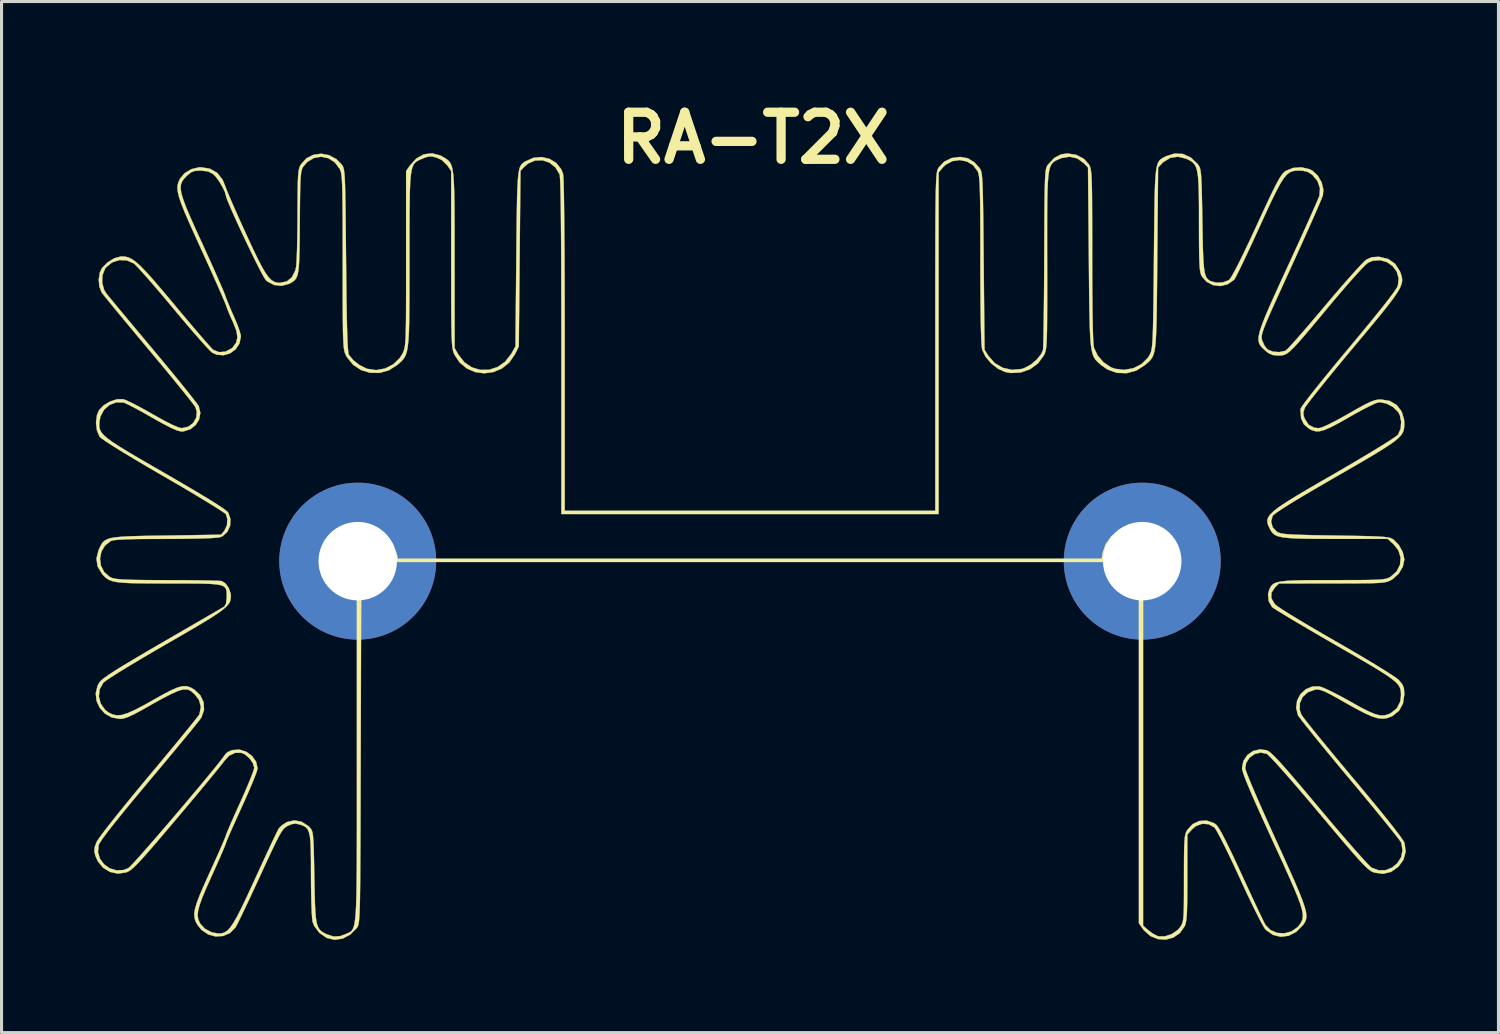
<source format=kicad_pcb>
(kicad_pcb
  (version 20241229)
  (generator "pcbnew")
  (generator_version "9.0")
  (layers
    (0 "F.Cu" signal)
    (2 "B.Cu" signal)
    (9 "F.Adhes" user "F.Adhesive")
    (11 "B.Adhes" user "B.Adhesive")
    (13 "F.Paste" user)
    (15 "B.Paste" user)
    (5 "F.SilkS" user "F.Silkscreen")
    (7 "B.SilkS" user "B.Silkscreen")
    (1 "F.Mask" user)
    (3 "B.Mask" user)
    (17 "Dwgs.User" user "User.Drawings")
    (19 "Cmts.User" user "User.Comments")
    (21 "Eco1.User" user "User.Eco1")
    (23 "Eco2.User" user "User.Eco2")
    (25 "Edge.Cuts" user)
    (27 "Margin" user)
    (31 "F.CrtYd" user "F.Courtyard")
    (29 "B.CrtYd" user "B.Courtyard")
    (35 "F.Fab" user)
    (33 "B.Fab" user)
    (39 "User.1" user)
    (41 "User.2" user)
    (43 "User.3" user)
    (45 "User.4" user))
  (footprint "RA-T2X"
    (layer "F.Cu")
    (at 21.232 15.118)
    (property "Reference" "RA-T2X" (at 0.1 -13.7 0) (layer "F.SilkS") (effects (font (size 1.524 1.524) (thickness 0.3))))
    (attr through_hole)
    (fp_poly (pts (xy -10.033 -13.137) (xy -9.93 -13.082) (xy -9.853 -13.035) (xy -9.788 -12.989) (xy -9.734 -12.936) (xy -9.689 -12.867) (xy -9.653 -12.772) (xy -9.625 -12.645) (xy -9.603 -12.475) (xy -9.588 -12.255) (xy -9.577 -11.975) (xy -9.57 -11.628) (xy -9.567 -11.203) (xy -9.565 -10.694) (xy -9.565 -10.09) (xy -9.565 -9.751) (xy -9.564 -6.898) (xy -9.442 -6.686) (xy -9.246 -6.437) (xy -9.002 -6.272) (xy -8.73 -6.192) (xy -8.448 -6.196) (xy -8.175 -6.283) (xy -7.93 -6.454) (xy -7.731 -6.707) (xy -7.728 -6.713) (xy -7.593 -6.952) (xy -7.566 -9.786) (xy -7.56 -10.426) (xy -7.554 -10.967) (xy -7.547 -11.419) (xy -7.54 -11.791) (xy -7.53 -12.09) (xy -7.517 -12.326) (xy -7.5 -12.508) (xy -7.479 -12.644) (xy -7.453 -12.742) (xy -7.42 -12.813) (xy -7.38 -12.863) (xy -7.333 -12.903) (xy -7.276 -12.941) (xy -7.273 -12.942) (xy -7.013 -13.057) (xy -6.745 -13.083) (xy -6.491 -13.025) (xy -6.273 -12.892) (xy -6.112 -12.69) (xy -6.053 -12.543) (xy -6.043 -12.455) (xy -6.035 -12.265) (xy -6.027 -11.974) (xy -6.021 -11.586) (xy -6.015 -11.105) (xy -6.01 -10.534) (xy -6.005 -9.877) (xy -6.002 -9.136) (xy -6 -8.316) (xy -5.999 -7.419) (xy -5.999 -6.992) (xy -5.999 -1.631) (xy 5.999 -1.631) (xy 5.999 -7.099) (xy 5.999 -7.983) (xy 5.999 -8.768) (xy 6 -9.458) (xy 6.001 -10.059) (xy 6.002 -10.579) (xy 6.004 -11.024) (xy 6.007 -11.399) (xy 6.011 -11.712) (xy 6.016 -11.968) (xy 6.022 -12.174) (xy 6.029 -12.336) (xy 6.037 -12.46) (xy 6.047 -12.552) (xy 6.058 -12.62) (xy 6.072 -12.669) (xy 6.087 -12.706) (xy 6.104 -12.736) (xy 6.105 -12.738) (xy 6.284 -12.931) (xy 6.53 -13.051) (xy 6.804 -13.087) (xy 7.049 -13.044) (xy 7.261 -12.916) (xy 7.428 -12.733) (xy 7.452 -12.698) (xy 7.473 -12.656) (xy 7.49 -12.6) (xy 7.504 -12.519) (xy 7.516 -12.405) (xy 7.526 -12.249) (xy 7.534 -12.043) (xy 7.541 -11.777) (xy 7.547 -11.442) (xy 7.553 -11.031) (xy 7.558 -10.533) (xy 7.564 -9.94) (xy 7.566 -9.715) (xy 7.593 -6.845) (xy 7.717 -6.647) (xy 7.923 -6.413) (xy 8.186 -6.259) (xy 8.481 -6.193) (xy 8.788 -6.221) (xy 8.888 -6.253) (xy 9.093 -6.363) (xy 9.282 -6.523) (xy 9.426 -6.7) (xy 9.486 -6.832) (xy 9.492 -6.907) (xy 9.498 -7.079) (xy 9.504 -7.337) (xy 9.509 -7.671) (xy 9.514 -8.07) (xy 9.519 -8.525) (xy 9.523 -9.025) (xy 9.526 -9.56) (xy 9.527 -9.822) (xy 9.53 -10.449) (xy 9.532 -10.978) (xy 9.535 -11.418) (xy 9.539 -11.777) (xy 9.544 -12.066) (xy 9.55 -12.291) (xy 9.559 -12.463) (xy 9.569 -12.59) (xy 9.582 -12.681) (xy 9.598 -12.744) (xy 9.617 -12.79) (xy 9.64 -12.826) (xy 9.65 -12.84) (xy 9.853 -13.054) (xy 10.073 -13.17) (xy 10.28 -13.199) (xy 10.566 -13.153) (xy 10.809 -13.026) (xy 10.973 -12.844) (xy 10.996 -12.803) (xy 11.016 -12.753) (xy 11.032 -12.687) (xy 11.045 -12.596) (xy 11.056 -12.47) (xy 11.064 -12.299) (xy 11.07 -12.076) (xy 11.074 -11.791) (xy 11.076 -11.435) (xy 11.078 -10.998) (xy 11.079 -10.473) (xy 11.079 -9.893) (xy 11.08 -9.189) (xy 11.084 -8.573) (xy 11.089 -8.049) (xy 11.097 -7.618) (xy 11.107 -7.285) (xy 11.119 -7.051) (xy 11.133 -6.922) (xy 11.137 -6.908) (xy 11.255 -6.658) (xy 11.446 -6.438) (xy 11.68 -6.279) (xy 11.806 -6.23) (xy 12.115 -6.193) (xy 12.413 -6.246) (xy 12.677 -6.38) (xy 12.882 -6.584) (xy 12.948 -6.693) (xy 12.971 -6.743) (xy 12.99 -6.802) (xy 13.006 -6.88) (xy 13.02 -6.984) (xy 13.031 -7.125) (xy 13.04 -7.31) (xy 13.048 -7.55) (xy 13.055 -7.853) (xy 13.061 -8.227) (xy 13.067 -8.683) (xy 13.073 -9.228) (xy 13.078 -9.815) (xy 13.084 -10.469) (xy 13.09 -11.024) (xy 13.096 -11.489) (xy 13.104 -11.873) (xy 13.114 -12.185) (xy 13.128 -12.432) (xy 13.146 -12.623) (xy 13.17 -12.767) (xy 13.201 -12.873) (xy 13.24 -12.948) (xy 13.287 -13.002) (xy 13.344 -13.042) (xy 13.411 -13.079) (xy 13.471 -13.109) (xy 13.748 -13.198) (xy 14.019 -13.183) (xy 14.272 -13.068) (xy 14.495 -12.856) (xy 14.507 -12.84) (xy 14.538 -12.794) (xy 14.564 -12.738) (xy 14.583 -12.662) (xy 14.599 -12.552) (xy 14.611 -12.397) (xy 14.621 -12.185) (xy 14.629 -11.904) (xy 14.637 -11.541) (xy 14.645 -11.084) (xy 14.646 -11.025) (xy 14.654 -10.532) (xy 14.663 -10.135) (xy 14.675 -9.822) (xy 14.69 -9.582) (xy 14.711 -9.405) (xy 14.738 -9.277) (xy 14.774 -9.189) (xy 14.82 -9.129) (xy 14.877 -9.086) (xy 14.913 -9.065) (xy 15.099 -9.015) (xy 15.309 -9.026) (xy 15.49 -9.092) (xy 15.518 -9.112) (xy 15.578 -9.192) (xy 15.676 -9.364) (xy 15.811 -9.622) (xy 15.977 -9.959) (xy 16.173 -10.369) (xy 16.395 -10.846) (xy 16.402 -10.862) (xy 16.611 -11.315) (xy 16.782 -11.681) (xy 16.92 -11.969) (xy 17.031 -12.19) (xy 17.12 -12.354) (xy 17.192 -12.472) (xy 17.254 -12.553) (xy 17.31 -12.607) (xy 17.342 -12.631) (xy 17.582 -12.731) (xy 17.853 -12.751) (xy 18.114 -12.69) (xy 18.203 -12.645) (xy 18.38 -12.485) (xy 18.505 -12.269) (xy 18.563 -12.033) (xy 18.549 -11.852) (xy 18.517 -11.763) (xy 18.444 -11.588) (xy 18.336 -11.338) (xy 18.198 -11.023) (xy 18.034 -10.655) (xy 17.849 -10.245) (xy 17.649 -9.803) (xy 17.511 -9.5) (xy 17.275 -8.985) (xy 17.081 -8.558) (xy 16.924 -8.211) (xy 16.801 -7.932) (xy 16.708 -7.715) (xy 16.641 -7.548) (xy 16.598 -7.422) (xy 16.573 -7.33) (xy 16.565 -7.26) (xy 16.568 -7.205) (xy 16.58 -7.154) (xy 16.586 -7.136) (xy 16.656 -6.98) (xy 16.749 -6.861) (xy 16.767 -6.847) (xy 16.934 -6.782) (xy 17.139 -6.768) (xy 17.324 -6.807) (xy 17.348 -6.818) (xy 17.405 -6.871) (xy 17.523 -6.996) (xy 17.691 -7.184) (xy 17.902 -7.425) (xy 18.146 -7.708) (xy 18.415 -8.024) (xy 18.618 -8.265) (xy 18.903 -8.601) (xy 19.173 -8.915) (xy 19.418 -9.194) (xy 19.63 -9.431) (xy 19.799 -9.612) (xy 19.915 -9.728) (xy 19.959 -9.765) (xy 20.136 -9.841) (xy 20.347 -9.853) (xy 20.381 -9.851) (xy 20.667 -9.781) (xy 20.887 -9.626) (xy 21.04 -9.387) (xy 21.053 -9.355) (xy 21.089 -9.256) (xy 21.111 -9.163) (xy 21.114 -9.069) (xy 21.092 -8.965) (xy 21.042 -8.843) (xy 20.956 -8.695) (xy 20.832 -8.513) (xy 20.662 -8.288) (xy 20.443 -8.013) (xy 20.168 -7.678) (xy 19.833 -7.276) (xy 19.528 -6.911) (xy 19.21 -6.531) (xy 18.912 -6.17) (xy 18.642 -5.838) (xy 18.406 -5.545) (xy 18.212 -5.301) (xy 18.069 -5.114) (xy 17.982 -4.994) (xy 17.962 -4.96) (xy 17.917 -4.822) (xy 17.927 -4.702) (xy 17.964 -4.603) (xy 18.086 -4.417) (xy 18.262 -4.322) (xy 18.412 -4.305) (xy 18.522 -4.333) (xy 18.711 -4.415) (xy 18.968 -4.545) (xy 19.282 -4.718) (xy 19.372 -4.769) (xy 19.676 -4.943) (xy 19.905 -5.067) (xy 20.077 -5.151) (xy 20.209 -5.202) (xy 20.319 -5.227) (xy 20.424 -5.234) (xy 20.432 -5.234) (xy 20.712 -5.187) (xy 20.938 -5.054) (xy 21.097 -4.848) (xy 21.177 -4.58) (xy 21.184 -4.46) (xy 21.182 -4.353) (xy 21.169 -4.258) (xy 21.138 -4.168) (xy 21.08 -4.078) (xy 20.988 -3.981) (xy 20.855 -3.871) (xy 20.671 -3.742) (xy 20.43 -3.588) (xy 20.124 -3.402) (xy 19.744 -3.179) (xy 19.283 -2.912) (xy 18.969 -2.732) (xy 18.394 -2.399) (xy 17.914 -2.117) (xy 17.529 -1.884) (xy 17.238 -1.701) (xy 17.04 -1.567) (xy 16.936 -1.483) (xy 16.921 -1.464) (xy 16.872 -1.28) (xy 16.92 -1.1) (xy 17.057 -0.953) (xy 17.062 -0.95) (xy 17.113 -0.923) (xy 17.182 -0.902) (xy 17.281 -0.884) (xy 17.423 -0.87) (xy 17.619 -0.859) (xy 17.881 -0.85) (xy 18.22 -0.841) (xy 18.649 -0.834) (xy 18.949 -0.829) (xy 19.43 -0.821) (xy 19.816 -0.814) (xy 20.117 -0.806) (xy 20.346 -0.797) (xy 20.515 -0.786) (xy 20.636 -0.771) (xy 20.72 -0.753) (xy 20.781 -0.73) (xy 20.829 -0.701) (xy 20.843 -0.691) (xy 21.011 -0.518) (xy 21.133 -0.295) (xy 21.184 -0.068) (xy 21.185 -0.053) (xy 21.135 0.183) (xy 21.002 0.406) (xy 20.806 0.581) (xy 20.774 0.601) (xy 20.712 0.634) (xy 20.649 0.66) (xy 20.571 0.681) (xy 20.467 0.696) (xy 20.323 0.706) (xy 20.128 0.714) (xy 19.868 0.718) (xy 19.532 0.72) (xy 19.107 0.721) (xy 18.845 0.721) (xy 17.127 0.722) (xy 16.994 0.853) (xy 16.883 1.022) (xy 16.879 1.199) (xy 16.983 1.38) (xy 17.01 1.41) (xy 17.089 1.47) (xy 17.251 1.577) (xy 17.484 1.724) (xy 17.778 1.903) (xy 18.121 2.107) (xy 18.503 2.331) (xy 18.911 2.567) (xy 18.996 2.616) (xy 19.44 2.872) (xy 19.848 3.112) (xy 20.211 3.33) (xy 20.519 3.519) (xy 20.762 3.674) (xy 20.93 3.788) (xy 21.009 3.852) (xy 21.118 3.983) (xy 21.17 4.109) (xy 21.185 4.281) (xy 21.185 4.311) (xy 21.141 4.608) (xy 21.013 4.843) (xy 20.804 5.011) (xy 20.771 5.027) (xy 20.628 5.081) (xy 20.483 5.101) (xy 20.323 5.084) (xy 20.13 5.024) (xy 19.89 4.916) (xy 19.587 4.757) (xy 19.307 4.6) (xy 19.005 4.428) (xy 18.779 4.305) (xy 18.614 4.224) (xy 18.493 4.177) (xy 18.4 4.157) (xy 18.319 4.157) (xy 18.287 4.162) (xy 18.06 4.245) (xy 17.894 4.397) (xy 17.803 4.595) (xy 17.799 4.817) (xy 17.85 4.966) (xy 17.901 5.04) (xy 18.014 5.188) (xy 18.182 5.4) (xy 18.398 5.666) (xy 18.654 5.978) (xy 18.942 6.327) (xy 19.256 6.704) (xy 19.531 7.032) (xy 19.954 7.537) (xy 20.318 7.978) (xy 20.623 8.353) (xy 20.865 8.66) (xy 21.042 8.894) (xy 21.152 9.053) (xy 21.191 9.125) (xy 21.228 9.404) (xy 21.159 9.664) (xy 20.994 9.891) (xy 20.758 10.059) (xy 20.497 10.123) (xy 20.214 10.083) (xy 20.189 10.074) (xy 20.129 10.048) (xy 20.061 10.003) (xy 19.977 9.933) (xy 19.87 9.829) (xy 19.735 9.686) (xy 19.565 9.496) (xy 19.352 9.25) (xy 19.09 8.943) (xy 18.773 8.567) (xy 18.427 8.155) (xy 18.091 7.755) (xy 17.775 7.385) (xy 17.488 7.053) (xy 17.236 6.766) (xy 17.026 6.533) (xy 16.865 6.362) (xy 16.762 6.261) (xy 16.731 6.237) (xy 16.535 6.197) (xy 16.342 6.243) (xy 16.177 6.36) (xy 16.065 6.53) (xy 16.033 6.699) (xy 16.054 6.779) (xy 16.117 6.945) (xy 16.215 7.187) (xy 16.345 7.494) (xy 16.502 7.855) (xy 16.681 8.26) (xy 16.878 8.698) (xy 17.021 9.014) (xy 17.274 9.567) (xy 17.484 10.033) (xy 17.654 10.418) (xy 17.788 10.734) (xy 17.888 10.989) (xy 17.958 11.191) (xy 17.999 11.35) (xy 18.015 11.474) (xy 18.008 11.574) (xy 17.982 11.656) (xy 17.94 11.732) (xy 17.906 11.78) (xy 17.688 12) (xy 17.442 12.128) (xy 17.185 12.162) (xy 16.933 12.1) (xy 16.702 11.939) (xy 16.696 11.934) (xy 16.639 11.851) (xy 16.545 11.683) (xy 16.421 11.442) (xy 16.272 11.142) (xy 16.105 10.794) (xy 15.927 10.411) (xy 15.863 10.271) (xy 15.686 9.887) (xy 15.517 9.532) (xy 15.363 9.217) (xy 15.231 8.956) (xy 15.126 8.761) (xy 15.056 8.646) (xy 15.039 8.625) (xy 14.852 8.517) (xy 14.642 8.502) (xy 14.438 8.576) (xy 14.316 8.678) (xy 14.159 8.852) (xy 14.159 10.246) (xy 14.158 10.684) (xy 14.155 11.028) (xy 14.149 11.291) (xy 14.139 11.488) (xy 14.124 11.631) (xy 14.104 11.734) (xy 14.078 11.81) (xy 14.071 11.824) (xy 13.913 12.046) (xy 13.701 12.189) (xy 13.458 12.253) (xy 13.205 12.236) (xy 12.964 12.137) (xy 12.757 11.955) (xy 12.714 11.898) (xy 12.592 11.722) (xy 12.592 1.155) (xy 12.795 1.119) (xy 13.124 1.011) (xy 13.4 0.818) (xy 13.61 0.555) (xy 13.738 0.238) (xy 13.76 0.123) (xy 13.756 -0.202) (xy 13.66 -0.497) (xy 13.488 -0.75) (xy 13.255 -0.948) (xy 12.976 -1.079) (xy 12.666 -1.131) (xy 12.341 -1.092) (xy 12.282 -1.074) (xy 12.021 -0.944) (xy 11.794 -0.75) (xy 11.622 -0.515) (xy 11.525 -0.265) (xy 11.511 -0.136) (xy 11.511 0.027) (xy -11.499 0.027) (xy -11.536 -0.174) (xy -11.647 -0.496) (xy -11.844 -0.771) (xy -12.109 -0.98) (xy -12.424 -1.107) (xy -12.513 -1.125) (xy -12.827 -1.124) (xy -13.13 -1.029) (xy -13.399 -0.855) (xy -13.614 -0.616) (xy -13.755 -0.324) (xy -13.759 -0.311) (xy -13.813 0.018) (xy -13.768 0.315) (xy -13.62 0.593) (xy -13.457 0.78) (xy -13.281 0.937) (xy -13.117 1.033) (xy -12.919 1.094) (xy -12.896 1.099) (xy -12.589 1.167) (xy -12.604 6.448) (xy -12.607 7.317) (xy -12.609 8.084) (xy -12.611 8.758) (xy -12.614 9.343) (xy -12.617 9.848) (xy -12.62 10.277) (xy -12.624 10.638) (xy -12.628 10.936) (xy -12.634 11.178) (xy -12.641 11.372) (xy -12.648 11.522) (xy -12.658 11.635) (xy -12.668 11.718) (xy -12.681 11.777) (xy -12.695 11.819) (xy -12.711 11.85) (xy -12.729 11.875) (xy -12.73 11.877) (xy -12.944 12.091) (xy -13.19 12.221) (xy -13.448 12.259) (xy -13.699 12.2) (xy -13.7 12.2) (xy -13.936 12.039) (xy -14.106 11.814) (xy -14.16 11.68) (xy -14.175 11.576) (xy -14.188 11.383) (xy -14.199 11.117) (xy -14.207 10.796) (xy -14.212 10.436) (xy -14.213 10.172) (xy -14.214 9.727) (xy -14.219 9.377) (xy -14.229 9.109) (xy -14.249 8.91) (xy -14.281 8.769) (xy -14.326 8.672) (xy -14.389 8.607) (xy -14.472 8.563) (xy -14.569 8.528) (xy -14.715 8.496) (xy -14.846 8.517) (xy -14.957 8.565) (xy -15.015 8.596) (xy -15.069 8.637) (xy -15.123 8.697) (xy -15.185 8.789) (xy -15.26 8.921) (xy -15.354 9.106) (xy -15.473 9.353) (xy -15.623 9.674) (xy -15.81 10.079) (xy -15.861 10.191) (xy -16.039 10.574) (xy -16.205 10.931) (xy -16.355 11.249) (xy -16.483 11.515) (xy -16.581 11.715) (xy -16.644 11.836) (xy -16.659 11.861) (xy -16.837 12.04) (xy -17.058 12.136) (xy -17.3 12.151) (xy -17.539 12.086) (xy -17.754 11.942) (xy -17.89 11.775) (xy -17.951 11.66) (xy -17.986 11.543) (xy -17.992 11.411) (xy -17.966 11.249) (xy -17.904 11.045) (xy -17.804 10.785) (xy -17.662 10.456) (xy -17.482 10.058) (xy -17.336 9.736) (xy -17.205 9.445) (xy -17.098 9.201) (xy -17.019 9.017) (xy -16.976 8.908) (xy -16.969 8.886) (xy -16.948 8.822) (xy -16.888 8.678) (xy -16.797 8.466) (xy -16.681 8.203) (xy -16.546 7.905) (xy -16.51 7.825) (xy -16.371 7.514) (xy -16.249 7.229) (xy -16.15 6.987) (xy -16.082 6.805) (xy -16.052 6.7) (xy -16.051 6.688) (xy -16.095 6.538) (xy -16.206 6.381) (xy -16.352 6.256) (xy -16.464 6.206) (xy -16.669 6.206) (xy -16.864 6.298) (xy -17.017 6.463) (xy -17.074 6.54) (xy -17.193 6.689) (xy -17.365 6.9) (xy -17.582 7.164) (xy -17.837 7.472) (xy -18.122 7.812) (xy -18.428 8.176) (xy -18.546 8.315) (xy -18.904 8.738) (xy -19.2 9.086) (xy -19.443 9.367) (xy -19.638 9.588) (xy -19.793 9.756) (xy -19.916 9.88) (xy -20.012 9.968) (xy -20.09 10.026) (xy -20.157 10.062) (xy -20.193 10.076) (xy -20.462 10.117) (xy -20.72 10.062) (xy -20.946 9.923) (xy -21.119 9.711) (xy -21.194 9.536) (xy -21.22 9.42) (xy -21.11 9.42) (xy -21.046 9.636) (xy -20.912 9.817) (xy -20.727 9.948) (xy -20.509 10.013) (xy -20.278 9.999) (xy -20.123 9.936) (xy -20.061 9.879) (xy -19.939 9.751) (xy -19.766 9.56) (xy -19.552 9.318) (xy -19.306 9.036) (xy -19.035 8.723) (xy -18.75 8.391) (xy -18.458 8.049) (xy -18.17 7.708) (xy -17.894 7.38) (xy -17.638 7.073) (xy -17.413 6.8) (xy -17.226 6.569) (xy -17.087 6.392) (xy -17.004 6.28) (xy -16.986 6.249) (xy -16.92 6.188) (xy -16.792 6.129) (xy -16.759 6.118) (xy -16.53 6.101) (xy -16.31 6.17) (xy -16.122 6.307) (xy -15.991 6.494) (xy -15.943 6.711) (xy -15.965 6.797) (xy -16.026 6.964) (xy -16.12 7.196) (xy -16.24 7.479) (xy -16.38 7.795) (xy -16.456 7.963) (xy -16.603 8.285) (xy -16.733 8.575) (xy -16.841 8.818) (xy -16.92 9.002) (xy -16.963 9.11) (xy -16.969 9.132) (xy -16.991 9.194) (xy -17.05 9.338) (xy -17.141 9.549) (xy -17.257 9.812) (xy -17.391 10.11) (xy -17.429 10.193) (xy -17.603 10.582) (xy -17.732 10.89) (xy -17.819 11.13) (xy -17.868 11.317) (xy -17.883 11.465) (xy -17.865 11.588) (xy -17.819 11.7) (xy -17.796 11.742) (xy -17.645 11.902) (xy -17.434 12.016) (xy -17.209 12.058) (xy -17.107 12.051) (xy -17.014 12.023) (xy -16.924 11.965) (xy -16.832 11.867) (xy -16.73 11.721) (xy -16.612 11.517) (xy -16.473 11.246) (xy -16.306 10.898) (xy -16.105 10.465) (xy -16.022 10.283) (xy -15.847 9.903) (xy -15.684 9.551) (xy -15.539 9.239) (xy -15.417 8.98) (xy -15.324 8.788) (xy -15.267 8.675) (xy -15.255 8.654) (xy -15.156 8.554) (xy -15.011 8.46) (xy -14.986 8.447) (xy -14.753 8.393) (xy -14.517 8.438) (xy -14.301 8.576) (xy -14.264 8.613) (xy -14.225 8.655) (xy -14.195 8.701) (xy -14.171 8.763) (xy -14.153 8.853) (xy -14.14 8.984) (xy -14.13 9.17) (xy -14.121 9.423) (xy -14.114 9.756) (xy -14.106 10.181) (xy -14.105 10.231) (xy -14.096 10.698) (xy -14.086 11.07) (xy -14.072 11.36) (xy -14.051 11.579) (xy -14.022 11.741) (xy -13.981 11.856) (xy -13.926 11.939) (xy -13.854 12) (xy -13.762 12.053) (xy -13.711 12.078) (xy -13.483 12.154) (xy -13.266 12.141) (xy -13.098 12.078) (xy -13.038 12.052) (xy -12.984 12.029) (xy -12.938 12.003) (xy -12.897 11.968) (xy -12.862 11.917) (xy -12.832 11.844) (xy -12.806 11.744) (xy -12.786 11.609) (xy -12.769 11.434) (xy -12.755 11.211) (xy -12.745 10.936) (xy -12.738 10.601) (xy -12.733 10.201) (xy -12.729 9.729) (xy -12.728 9.179) (xy -12.727 8.544) (xy -12.727 7.819) (xy -12.727 6.997) (xy -12.727 6.45) (xy -12.727 1.242) (xy -12.986 1.177) (xy -13.305 1.044) (xy -13.571 0.831) (xy -13.769 0.554) (xy -13.885 0.233) (xy -13.91 -0.024) (xy -13.858 -0.364) (xy -13.723 -0.657) (xy -13.521 -0.897) (xy -13.267 -1.076) (xy -12.978 -1.19) (xy -12.67 -1.232) (xy -12.359 -1.195) (xy -12.06 -1.074) (xy -11.789 -0.863) (xy -11.774 -0.847) (xy -11.565 -0.556) (xy -11.437 -0.227) (xy -11.401 -0.08) (xy 11.389 -0.08) (xy 11.422 -0.285) (xy 11.516 -0.551) (xy 11.695 -0.8) (xy 11.937 -1.011) (xy 12.22 -1.165) (xy 12.464 -1.233) (xy 12.777 -1.232) (xy 13.093 -1.141) (xy 13.385 -0.976) (xy 13.628 -0.75) (xy 13.755 -0.56) (xy 13.861 -0.247) (xy 13.873 0.076) (xy 13.8 0.392) (xy 13.65 0.682) (xy 13.433 0.928) (xy 13.157 1.11) (xy 12.889 1.201) (xy 12.727 1.234) (xy 12.727 11.8) (xy 12.902 11.955) (xy 13.048 12.062) (xy 13.192 12.136) (xy 13.223 12.146) (xy 13.432 12.149) (xy 13.653 12.076) (xy 13.846 11.945) (xy 13.928 11.85) (xy 13.965 11.792) (xy 13.994 11.731) (xy 14.016 11.655) (xy 14.031 11.548) (xy 14.041 11.399) (xy 14.047 11.192) (xy 14.05 10.915) (xy 14.051 10.553) (xy 14.051 10.272) (xy 14.052 9.847) (xy 14.054 9.515) (xy 14.059 9.262) (xy 14.067 9.076) (xy 14.079 8.941) (xy 14.097 8.845) (xy 14.121 8.773) (xy 14.153 8.713) (xy 14.161 8.7) (xy 14.331 8.515) (xy 14.548 8.413) (xy 14.787 8.4) (xy 15.019 8.48) (xy 15.095 8.531) (xy 15.161 8.616) (xy 15.266 8.796) (xy 15.407 9.068) (xy 15.584 9.429) (xy 15.794 9.875) (xy 15.918 10.145) (xy 16.093 10.525) (xy 16.257 10.878) (xy 16.403 11.191) (xy 16.526 11.451) (xy 16.62 11.645) (xy 16.678 11.759) (xy 16.69 11.78) (xy 16.855 11.946) (xy 17.068 12.036) (xy 17.303 12.05) (xy 17.532 11.988) (xy 17.729 11.852) (xy 17.808 11.755) (xy 17.854 11.678) (xy 17.886 11.599) (xy 17.901 11.509) (xy 17.895 11.399) (xy 17.866 11.26) (xy 17.811 11.083) (xy 17.727 10.858) (xy 17.611 10.577) (xy 17.459 10.23) (xy 17.269 9.809) (xy 17.038 9.304) (xy 16.915 9.037) (xy 16.647 8.45) (xy 16.424 7.955) (xy 16.244 7.547) (xy 16.107 7.223) (xy 16.01 6.979) (xy 15.952 6.809) (xy 15.93 6.709) (xy 15.929 6.703) (xy 15.975 6.468) (xy 16.103 6.277) (xy 16.289 6.147) (xy 16.513 6.093) (xy 16.725 6.122) (xy 16.783 6.151) (xy 16.859 6.208) (xy 16.959 6.301) (xy 17.09 6.436) (xy 17.257 6.62) (xy 17.468 6.86) (xy 17.727 7.162) (xy 18.042 7.534) (xy 18.418 7.982) (xy 18.436 8.004) (xy 18.759 8.388) (xy 19.066 8.749) (xy 19.349 9.077) (xy 19.601 9.365) (xy 19.814 9.603) (xy 19.978 9.782) (xy 20.088 9.893) (xy 20.126 9.925) (xy 20.356 10.01) (xy 20.583 10.004) (xy 20.791 9.922) (xy 20.963 9.778) (xy 21.081 9.586) (xy 21.128 9.362) (xy 21.087 9.121) (xy 21.082 9.107) (xy 21.038 9.042) (xy 20.932 8.903) (xy 20.771 8.7) (xy 20.562 8.44) (xy 20.312 8.134) (xy 20.028 7.789) (xy 19.718 7.414) (xy 19.42 7.058) (xy 19.09 6.663) (xy 18.78 6.288) (xy 18.497 5.944) (xy 18.248 5.638) (xy 18.041 5.38) (xy 17.882 5.179) (xy 17.779 5.042) (xy 17.739 4.983) (xy 17.682 4.743) (xy 17.715 4.511) (xy 17.823 4.306) (xy 17.993 4.149) (xy 18.208 4.06) (xy 18.424 4.053) (xy 18.535 4.088) (xy 18.718 4.169) (xy 18.954 4.285) (xy 19.223 4.428) (xy 19.424 4.54) (xy 19.762 4.729) (xy 20.026 4.864) (xy 20.231 4.951) (xy 20.394 4.993) (xy 20.53 4.996) (xy 20.656 4.963) (xy 20.747 4.922) (xy 20.942 4.767) (xy 21.052 4.548) (xy 21.077 4.357) (xy 21.075 4.256) (xy 21.065 4.166) (xy 21.038 4.083) (xy 20.986 3.999) (xy 20.901 3.909) (xy 20.776 3.807) (xy 20.603 3.685) (xy 20.372 3.538) (xy 20.077 3.36) (xy 19.709 3.144) (xy 19.26 2.885) (xy 18.952 2.708) (xy 18.529 2.463) (xy 18.134 2.233) (xy 17.775 2.022) (xy 17.465 1.837) (xy 17.212 1.684) (xy 17.027 1.57) (xy 16.92 1.499) (xy 16.9 1.483) (xy 16.794 1.292) (xy 16.773 1.071) (xy 16.809 0.932) (xy 16.848 0.849) (xy 16.894 0.781) (xy 16.96 0.728) (xy 17.056 0.688) (xy 17.194 0.658) (xy 17.384 0.638) (xy 17.639 0.625) (xy 17.968 0.618) (xy 18.383 0.615) (xy 18.872 0.615) (xy 19.347 0.614) (xy 19.726 0.613) (xy 20.022 0.609) (xy 20.246 0.603) (xy 20.412 0.594) (xy 20.532 0.581) (xy 20.617 0.563) (xy 20.681 0.54) (xy 20.736 0.51) (xy 20.736 0.51) (xy 20.935 0.336) (xy 21.045 0.119) (xy 21.065 -0.118) (xy 20.993 -0.351) (xy 20.838 -0.548) (xy 20.646 -0.722) (xy 18.968 -0.722) (xy 18.453 -0.723) (xy 18.035 -0.726) (xy 17.702 -0.735) (xy 17.444 -0.749) (xy 17.249 -0.771) (xy 17.106 -0.802) (xy 17.003 -0.845) (xy 16.93 -0.9) (xy 16.875 -0.97) (xy 16.838 -1.036) (xy 16.786 -1.141) (xy 16.754 -1.235) (xy 16.749 -1.324) (xy 16.776 -1.414) (xy 16.843 -1.511) (xy 16.957 -1.621) (xy 17.124 -1.749) (xy 17.353 -1.902) (xy 17.648 -2.086) (xy 18.018 -2.306) (xy 18.469 -2.569) (xy 18.911 -2.823) (xy 19.345 -3.076) (xy 19.749 -3.314) (xy 20.113 -3.531) (xy 20.426 -3.723) (xy 20.679 -3.882) (xy 20.862 -4.002) (xy 20.965 -4.078) (xy 20.981 -4.094) (xy 21.065 -4.284) (xy 21.084 -4.512) (xy 21.04 -4.729) (xy 20.985 -4.831) (xy 20.819 -4.991) (xy 20.613 -5.102) (xy 20.405 -5.145) (xy 20.345 -5.141) (xy 20.244 -5.107) (xy 20.071 -5.026) (xy 19.843 -4.91) (xy 19.582 -4.768) (xy 19.388 -4.657) (xy 19.055 -4.468) (xy 18.796 -4.333) (xy 18.596 -4.247) (xy 18.439 -4.206) (xy 18.309 -4.206) (xy 18.19 -4.242) (xy 18.103 -4.287) (xy 17.934 -4.429) (xy 17.843 -4.621) (xy 17.823 -4.88) (xy 17.825 -4.929) (xy 17.861 -4.994) (xy 17.96 -5.133) (xy 18.115 -5.336) (xy 18.321 -5.597) (xy 18.569 -5.906) (xy 18.855 -6.256) (xy 19.171 -6.638) (xy 19.374 -6.88) (xy 19.799 -7.391) (xy 20.162 -7.832) (xy 20.46 -8.202) (xy 20.692 -8.499) (xy 20.857 -8.721) (xy 20.953 -8.866) (xy 20.976 -8.915) (xy 21.003 -9.156) (xy 20.941 -9.374) (xy 20.808 -9.554) (xy 20.622 -9.683) (xy 20.402 -9.745) (xy 20.166 -9.727) (xy 20.013 -9.665) (xy 19.937 -9.602) (xy 19.803 -9.466) (xy 19.621 -9.268) (xy 19.4 -9.02) (xy 19.151 -8.732) (xy 18.882 -8.416) (xy 18.753 -8.262) (xy 18.416 -7.856) (xy 18.139 -7.525) (xy 17.915 -7.261) (xy 17.736 -7.057) (xy 17.595 -6.906) (xy 17.482 -6.798) (xy 17.391 -6.727) (xy 17.313 -6.685) (xy 17.241 -6.665) (xy 17.166 -6.658) (xy 17.103 -6.657) (xy 16.927 -6.673) (xy 16.788 -6.735) (xy 16.663 -6.836) (xy 16.584 -6.91) (xy 16.523 -6.982) (xy 16.482 -7.061) (xy 16.463 -7.156) (xy 16.469 -7.275) (xy 16.502 -7.428) (xy 16.566 -7.624) (xy 16.661 -7.872) (xy 16.792 -8.181) (xy 16.961 -8.56) (xy 17.169 -9.018) (xy 17.42 -9.564) (xy 17.424 -9.572) (xy 17.63 -10.02) (xy 17.823 -10.443) (xy 17.998 -10.83) (xy 18.151 -11.17) (xy 18.276 -11.453) (xy 18.369 -11.666) (xy 18.424 -11.799) (xy 18.437 -11.834) (xy 18.454 -12.073) (xy 18.375 -12.307) (xy 18.209 -12.507) (xy 18.205 -12.511) (xy 18.058 -12.604) (xy 17.887 -12.643) (xy 17.777 -12.647) (xy 17.66 -12.642) (xy 17.558 -12.624) (xy 17.464 -12.583) (xy 17.373 -12.508) (xy 17.278 -12.393) (xy 17.172 -12.226) (xy 17.05 -12) (xy 16.904 -11.705) (xy 16.729 -11.332) (xy 16.519 -10.872) (xy 16.475 -10.775) (xy 16.298 -10.389) (xy 16.131 -10.031) (xy 15.982 -9.715) (xy 15.855 -9.453) (xy 15.757 -9.256) (xy 15.693 -9.138) (xy 15.674 -9.111) (xy 15.466 -8.964) (xy 15.231 -8.907) (xy 14.993 -8.936) (xy 14.78 -9.049) (xy 14.626 -9.226) (xy 14.6 -9.281) (xy 14.58 -9.358) (xy 14.564 -9.47) (xy 14.553 -9.627) (xy 14.545 -9.843) (xy 14.54 -10.13) (xy 14.538 -10.499) (xy 14.537 -10.962) (xy 14.537 -11.462) (xy 14.533 -11.866) (xy 14.524 -12.186) (xy 14.507 -12.433) (xy 14.481 -12.619) (xy 14.442 -12.756) (xy 14.389 -12.854) (xy 14.32 -12.925) (xy 14.231 -12.98) (xy 14.123 -13.03) (xy 13.858 -13.095) (xy 13.606 -13.057) (xy 13.383 -12.921) (xy 13.345 -12.884) (xy 13.213 -12.745) (xy 13.186 -9.795) (xy 13.181 -9.14) (xy 13.175 -8.583) (xy 13.169 -8.115) (xy 13.162 -7.728) (xy 13.152 -7.413) (xy 13.138 -7.16) (xy 13.12 -6.961) (xy 13.096 -6.808) (xy 13.066 -6.69) (xy 13.027 -6.601) (xy 12.98 -6.53) (xy 12.924 -6.468) (xy 12.856 -6.408) (xy 12.785 -6.347) (xy 12.505 -6.169) (xy 12.197 -6.086) (xy 11.882 -6.096) (xy 11.581 -6.202) (xy 11.38 -6.34) (xy 11.301 -6.409) (xy 11.233 -6.472) (xy 11.176 -6.538) (xy 11.129 -6.616) (xy 11.091 -6.715) (xy 11.061 -6.844) (xy 11.037 -7.011) (xy 11.018 -7.225) (xy 11.005 -7.496) (xy 10.995 -7.831) (xy 10.987 -8.24) (xy 10.981 -8.732) (xy 10.975 -9.315) (xy 10.971 -9.822) (xy 10.944 -12.745) (xy 10.812 -12.884) (xy 10.597 -13.039) (xy 10.349 -13.095) (xy 10.085 -13.051) (xy 10.034 -13.03) (xy 9.947 -12.992) (xy 9.872 -12.955) (xy 9.81 -12.909) (xy 9.759 -12.848) (xy 9.718 -12.761) (xy 9.686 -12.641) (xy 9.661 -12.48) (xy 9.644 -12.268) (xy 9.632 -11.997) (xy 9.624 -11.659) (xy 9.621 -11.244) (xy 9.62 -10.746) (xy 9.62 -10.155) (xy 9.621 -9.711) (xy 9.622 -9.088) (xy 9.622 -8.563) (xy 9.621 -8.126) (xy 9.619 -7.769) (xy 9.616 -7.482) (xy 9.61 -7.256) (xy 9.603 -7.083) (xy 9.593 -6.952) (xy 9.58 -6.855) (xy 9.563 -6.782) (xy 9.544 -6.725) (xy 9.52 -6.675) (xy 9.513 -6.66) (xy 9.322 -6.401) (xy 9.066 -6.214) (xy 8.765 -6.108) (xy 8.441 -6.092) (xy 8.266 -6.124) (xy 8.03 -6.23) (xy 7.805 -6.408) (xy 7.624 -6.625) (xy 7.518 -6.845) (xy 7.502 -6.958) (xy 7.489 -7.174) (xy 7.478 -7.494) (xy 7.469 -7.917) (xy 7.463 -8.445) (xy 7.459 -9.079) (xy 7.458 -9.751) (xy 7.458 -10.365) (xy 7.457 -10.882) (xy 7.454 -11.31) (xy 7.451 -11.659) (xy 7.445 -11.937) (xy 7.438 -12.154) (xy 7.429 -12.319) (xy 7.417 -12.441) (xy 7.402 -12.529) (xy 7.384 -12.592) (xy 7.37 -12.627) (xy 7.223 -12.82) (xy 7.021 -12.941) (xy 6.789 -12.986) (xy 6.552 -12.952) (xy 6.337 -12.837) (xy 6.245 -12.748) (xy 6.107 -12.585) (xy 6.107 -1.524) (xy -6.107 -1.524) (xy -6.107 -6.948) (xy -6.107 -7.959) (xy -6.109 -8.864) (xy -6.111 -9.666) (xy -6.115 -10.365) (xy -6.12 -10.963) (xy -6.125 -11.463) (xy -6.132 -11.864) (xy -6.14 -12.17) (xy -6.149 -12.381) (xy -6.159 -12.499) (xy -6.164 -12.523) (xy -6.3 -12.749) (xy -6.492 -12.903) (xy -6.718 -12.979) (xy -6.954 -12.972) (xy -7.18 -12.877) (xy -7.3 -12.776) (xy -7.431 -12.638) (xy -7.458 -9.795) (xy -7.485 -6.952) (xy -7.612 -6.696) (xy -7.798 -6.427) (xy -8.038 -6.235) (xy -8.314 -6.12) (xy -8.606 -6.082) (xy -8.897 -6.122) (xy -9.168 -6.239) (xy -9.401 -6.433) (xy -9.56 -6.673) (xy -9.585 -6.726) (xy -9.606 -6.783) (xy -9.623 -6.851) (xy -9.637 -6.941) (xy -9.648 -7.061) (xy -9.657 -7.22) (xy -9.663 -7.428) (xy -9.668 -7.694) (xy -9.671 -8.027) (xy -9.673 -8.435) (xy -9.673 -8.929) (xy -9.674 -9.517) (xy -9.674 -9.768) (xy -9.674 -12.631) (xy -9.797 -12.812) (xy -9.981 -12.99) (xy -10.145 -13.065) (xy -10.294 -13.103) (xy -10.413 -13.101) (xy -10.556 -13.054) (xy -10.618 -13.027) (xy -10.703 -12.99) (xy -10.776 -12.953) (xy -10.837 -12.908) (xy -10.887 -12.846) (xy -10.927 -12.76) (xy -10.959 -12.639) (xy -10.983 -12.477) (xy -11 -12.263) (xy -11.012 -11.991) (xy -11.019 -11.65) (xy -11.023 -11.233) (xy -11.025 -10.731) (xy -11.026 -10.136) (xy -11.026 -9.747) (xy -11.026 -9.1) (xy -11.027 -8.551) (xy -11.03 -8.09) (xy -11.035 -7.71) (xy -11.044 -7.4) (xy -11.059 -7.152) (xy -11.079 -6.957) (xy -11.106 -6.805) (xy -11.141 -6.688) (xy -11.185 -6.596) (xy -11.239 -6.521) (xy -11.305 -6.454) (xy -11.382 -6.385) (xy -11.421 -6.352) (xy -11.696 -6.177) (xy -11.996 -6.095) (xy -12.303 -6.1) (xy -12.594 -6.189) (xy -12.85 -6.359) (xy -13.05 -6.606) (xy -13.077 -6.655) (xy -13.101 -6.705) (xy -13.121 -6.76) (xy -13.138 -6.829) (xy -13.152 -6.921) (xy -13.163 -7.046) (xy -13.171 -7.212) (xy -13.177 -7.428) (xy -13.181 -7.705) (xy -13.184 -8.05) (xy -13.186 -8.474) (xy -13.186 -8.985) (xy -13.186 -9.592) (xy -13.186 -9.69) (xy -13.187 -10.316) (xy -13.188 -10.844) (xy -13.189 -11.284) (xy -13.193 -11.643) (xy -13.197 -11.932) (xy -13.203 -12.158) (xy -13.212 -12.332) (xy -13.223 -12.461) (xy -13.236 -12.556) (xy -13.252 -12.625) (xy -13.272 -12.677) (xy -13.281 -12.696) (xy -13.444 -12.913) (xy -13.652 -13.046) (xy -13.884 -13.094) (xy -14.118 -13.054) (xy -14.332 -12.926) (xy -14.469 -12.768) (xy -14.496 -12.718) (xy -14.518 -12.651) (xy -14.535 -12.555) (xy -14.548 -12.418) (xy -14.558 -12.227) (xy -14.565 -11.972) (xy -14.57 -11.639) (xy -14.574 -11.218) (xy -14.576 -10.972) (xy -14.579 -10.483) (xy -14.584 -10.089) (xy -14.593 -9.78) (xy -14.607 -9.542) (xy -14.628 -9.365) (xy -14.658 -9.237) (xy -14.701 -9.146) (xy -14.756 -9.082) (xy -14.828 -9.031) (xy -14.917 -8.983) (xy -14.925 -8.979) (xy -15.161 -8.914) (xy -15.405 -8.941) (xy -15.622 -9.053) (xy -15.675 -9.1) (xy -15.728 -9.18) (xy -15.817 -9.34) (xy -15.933 -9.564) (xy -16.068 -9.836) (xy -16.217 -10.141) (xy -16.37 -10.462) (xy -16.521 -10.783) (xy -16.661 -11.089) (xy -16.783 -11.364) (xy -16.881 -11.591) (xy -16.945 -11.755) (xy -16.969 -11.839) (xy -16.969 -11.84) (xy -17 -11.953) (xy -17.078 -12.115) (xy -17.182 -12.29) (xy -17.293 -12.443) (xy -17.38 -12.534) (xy -17.545 -12.618) (xy -17.769 -12.646) (xy -17.793 -12.647) (xy -17.972 -12.636) (xy -18.099 -12.588) (xy -18.227 -12.482) (xy -18.245 -12.465) (xy -18.33 -12.374) (xy -18.391 -12.283) (xy -18.427 -12.183) (xy -18.434 -12.061) (xy -18.409 -11.907) (xy -18.351 -11.711) (xy -18.257 -11.46) (xy -18.124 -11.145) (xy -17.95 -10.754) (xy -17.746 -10.309) (xy -17.572 -9.927) (xy -17.409 -9.568) (xy -17.265 -9.244) (xy -17.145 -8.971) (xy -17.055 -8.762) (xy -17.003 -8.632) (xy -16.995 -8.609) (xy -16.942 -8.466) (xy -16.857 -8.259) (xy -16.757 -8.025) (xy -16.704 -7.907) (xy -16.609 -7.683) (xy -16.534 -7.48) (xy -16.49 -7.329) (xy -16.483 -7.276) (xy -16.53 -7.045) (xy -16.654 -6.858) (xy -16.835 -6.727) (xy -17.047 -6.666) (xy -17.27 -6.686) (xy -17.413 -6.751) (xy -17.482 -6.815) (xy -17.61 -6.95) (xy -17.788 -7.148) (xy -18.005 -7.396) (xy -18.252 -7.684) (xy -18.52 -8.002) (xy -18.67 -8.181) (xy -18.946 -8.512) (xy -19.209 -8.821) (xy -19.446 -9.096) (xy -19.651 -9.327) (xy -19.811 -9.502) (xy -19.918 -9.612) (xy -19.95 -9.639) (xy -20.177 -9.739) (xy -20.421 -9.748) (xy -20.654 -9.672) (xy -20.845 -9.516) (xy -20.884 -9.463) (xy -20.966 -9.252) (xy -20.973 -9.008) (xy -20.908 -8.776) (xy -20.845 -8.674) (xy -20.782 -8.595) (xy -20.658 -8.445) (xy -20.482 -8.232) (xy -20.261 -7.966) (xy -20.004 -7.658) (xy -19.719 -7.317) (xy -19.414 -6.954) (xy -19.323 -6.845) (xy -19.016 -6.477) (xy -18.728 -6.129) (xy -18.468 -5.81) (xy -18.242 -5.531) (xy -18.06 -5.302) (xy -17.929 -5.132) (xy -17.856 -5.03) (xy -17.847 -5.015) (xy -17.795 -4.802) (xy -17.834 -4.592) (xy -17.948 -4.407) (xy -18.123 -4.27) (xy -18.343 -4.202) (xy -18.409 -4.198) (xy -18.534 -4.226) (xy -18.736 -4.312) (xy -19.018 -4.458) (xy -19.357 -4.648) (xy -19.627 -4.802) (xy -19.875 -4.938) (xy -20.081 -5.045) (xy -20.226 -5.115) (xy -20.279 -5.135) (xy -20.515 -5.143) (xy -20.733 -5.061) (xy -20.911 -4.905) (xy -21.028 -4.691) (xy -21.06 -4.534) (xy -21.068 -4.428) (xy -21.064 -4.335) (xy -21.042 -4.248) (xy -20.994 -4.161) (xy -20.912 -4.068) (xy -20.788 -3.963) (xy -20.615 -3.839) (xy -20.384 -3.69) (xy -20.089 -3.51) (xy -19.72 -3.293) (xy -19.271 -3.033) (xy -18.926 -2.834) (xy -18.366 -2.509) (xy -17.899 -2.234) (xy -17.523 -2.007) (xy -17.236 -1.827) (xy -17.036 -1.692) (xy -16.921 -1.602) (xy -16.892 -1.569) (xy -16.82 -1.358) (xy -16.833 -1.142) (xy -16.922 -0.949) (xy -17.077 -0.809) (xy -17.15 -0.777) (xy -17.251 -0.761) (xy -17.449 -0.747) (xy -17.734 -0.736) (xy -18.094 -0.728) (xy -18.519 -0.723) (xy -18.936 -0.721) (xy -19.451 -0.719) (xy -19.866 -0.715) (xy -20.188 -0.707) (xy -20.426 -0.695) (xy -20.587 -0.68) (xy -20.68 -0.66) (xy -20.693 -0.654) (xy -20.884 -0.505) (xy -21.001 -0.305) (xy -21.044 -0.08) (xy -21.014 0.146) (xy -20.912 0.349) (xy -20.738 0.504) (xy -20.662 0.542) (xy -20.582 0.564) (xy -20.456 0.582) (xy -20.272 0.595) (xy -20.02 0.605) (xy -19.689 0.611) (xy -19.27 0.615) (xy -18.849 0.616) (xy -18.434 0.617) (xy -18.051 0.62) (xy -17.713 0.624) (xy -17.435 0.63) (xy -17.232 0.636) (xy -17.117 0.644) (xy -17.1 0.646) (xy -16.979 0.726) (xy -16.876 0.872) (xy -16.815 1.048) (xy -16.807 1.125) (xy -16.812 1.213) (xy -16.831 1.295) (xy -16.873 1.376) (xy -16.946 1.464) (xy -17.058 1.563) (xy -17.216 1.68) (xy -17.429 1.82) (xy -17.706 1.99) (xy -18.053 2.196) (xy -18.479 2.444) (xy -18.912 2.693) (xy -19.352 2.948) (xy -19.758 3.187) (xy -20.121 3.405) (xy -20.43 3.594) (xy -20.675 3.75) (xy -20.847 3.865) (xy -20.937 3.935) (xy -20.942 3.941) (xy -21.057 4.151) (xy -21.081 4.385) (xy -21.021 4.615) (xy -20.88 4.813) (xy -20.766 4.901) (xy -20.636 4.965) (xy -20.501 4.993) (xy -20.346 4.981) (xy -20.157 4.924) (xy -19.919 4.819) (xy -19.617 4.662) (xy -19.325 4.498) (xy -18.988 4.309) (xy -18.726 4.174) (xy -18.523 4.088) (xy -18.364 4.048) (xy -18.232 4.05) (xy -18.113 4.089) (xy -17.991 4.159) (xy -17.796 4.345) (xy -17.689 4.572) (xy -17.676 4.817) (xy -17.761 5.058) (xy -17.775 5.08) (xy -17.83 5.154) (xy -17.947 5.3) (xy -18.118 5.511) (xy -18.336 5.776) (xy -18.593 6.087) (xy -18.882 6.434) (xy -19.196 6.81) (xy -19.45 7.112) (xy -19.886 7.634) (xy -20.257 8.084) (xy -20.561 8.46) (xy -20.797 8.761) (xy -20.964 8.986) (xy -21.06 9.132) (xy -21.085 9.182) (xy -21.11 9.42) (xy -21.22 9.42) (xy -21.227 9.386) (xy -21.215 9.256) (xy -21.153 9.091) (xy -21.097 9) (xy -20.978 8.836) (xy -20.803 8.607) (xy -20.579 8.324) (xy -20.314 7.994) (xy -20.014 7.627) (xy -19.687 7.23) (xy -19.456 6.953) (xy -19.129 6.563) (xy -18.824 6.195) (xy -18.546 5.859) (xy -18.304 5.564) (xy -18.103 5.317) (xy -17.952 5.128) (xy -17.856 5.005) (xy -17.825 4.958) (xy -17.778 4.718) (xy -17.838 4.494) (xy -17.971 4.319) (xy -18.098 4.205) (xy -18.201 4.156) (xy -18.325 4.153) (xy -18.374 4.159) (xy -18.515 4.201) (xy -18.733 4.297) (xy -19.016 4.442) (xy -19.354 4.629) (xy -19.385 4.647) (xy -19.699 4.825) (xy -19.936 4.952) (xy -20.115 5.036) (xy -20.251 5.085) (xy -20.359 5.105) (xy -20.4 5.107) (xy -20.665 5.06) (xy -20.887 4.933) (xy -21.055 4.746) (xy -21.157 4.52) (xy -21.182 4.273) (xy -21.12 4.027) (xy -21.062 3.925) (xy -21.007 3.864) (xy -20.911 3.784) (xy -20.764 3.68) (xy -20.56 3.547) (xy -20.292 3.381) (xy -19.951 3.177) (xy -19.531 2.929) (xy -19.024 2.634) (xy -19.022 2.633) (xy -18.605 2.391) (xy -18.216 2.166) (xy -17.864 1.962) (xy -17.56 1.786) (xy -17.315 1.643) (xy -17.137 1.54) (xy -17.039 1.483) (xy -17.023 1.473) (xy -16.966 1.384) (xy -16.943 1.202) (xy -16.942 1.149) (xy -16.943 1.035) (xy -16.951 0.944) (xy -16.978 0.872) (xy -17.033 0.818) (xy -17.128 0.778) (xy -17.274 0.752) (xy -17.48 0.735) (xy -17.757 0.726) (xy -18.117 0.723) (xy -18.568 0.722) (xy -18.819 0.722) (xy -19.323 0.721) (xy -19.732 0.718) (xy -20.056 0.711) (xy -20.308 0.698) (xy -20.501 0.677) (xy -20.646 0.647) (xy -20.756 0.605) (xy -20.841 0.551) (xy -20.916 0.482) (xy -20.978 0.412) (xy -21.122 0.173) (xy -21.159 -0.083) (xy -21.09 -0.357) (xy -21.084 -0.37) (xy -21.033 -0.481) (xy -20.983 -0.571) (xy -20.921 -0.643) (xy -20.837 -0.698) (xy -20.72 -0.74) (xy -20.558 -0.77) (xy -20.34 -0.791) (xy -20.055 -0.806) (xy -19.691 -0.816) (xy -19.238 -0.824) (xy -18.899 -0.829) (xy -17.122 -0.856) (xy -17.019 -0.982) (xy -16.934 -1.16) (xy -16.921 -1.367) (xy -16.967 -1.52) (xy -17.023 -1.566) (xy -17.164 -1.66) (xy -17.377 -1.795) (xy -17.655 -1.965) (xy -17.986 -2.165) (xy -18.361 -2.387) (xy -18.77 -2.626) (xy -18.994 -2.755) (xy -19.504 -3.052) (xy -19.952 -3.317) (xy -20.332 -3.546) (xy -20.638 -3.736) (xy -20.866 -3.884) (xy -21.01 -3.987) (xy -21.06 -4.033) (xy -21.146 -4.242) (xy -21.174 -4.49) (xy -21.142 -4.732) (xy -21.078 -4.883) (xy -20.927 -5.044) (xy -20.717 -5.169) (xy -20.489 -5.242) (xy -20.299 -5.245) (xy -20.196 -5.208) (xy -20.019 -5.125) (xy -19.79 -5.007) (xy -19.528 -4.864) (xy -19.346 -4.76) (xy -18.974 -4.552) (xy -18.689 -4.407) (xy -18.49 -4.325) (xy -18.395 -4.306) (xy -18.189 -4.351) (xy -18.029 -4.471) (xy -17.93 -4.643) (xy -17.91 -4.841) (xy -17.955 -4.988) (xy -18.005 -5.06) (xy -18.117 -5.205) (xy -18.282 -5.413) (xy -18.494 -5.675) (xy -18.744 -5.981) (xy -19.024 -6.321) (xy -19.328 -6.685) (xy -19.463 -6.846) (xy -19.774 -7.219) (xy -20.067 -7.571) (xy -20.333 -7.892) (xy -20.565 -8.172) (xy -20.755 -8.404) (xy -20.894 -8.576) (xy -20.975 -8.679) (xy -20.99 -8.7) (xy -21.065 -8.89) (xy -21.085 -9.119) (xy -21.051 -9.341) (xy -20.982 -9.486) (xy -20.799 -9.671) (xy -20.582 -9.805) (xy -20.367 -9.865) (xy -20.333 -9.866) (xy -20.225 -9.858) (xy -20.119 -9.831) (xy -20.007 -9.776) (xy -19.881 -9.686) (xy -19.733 -9.553) (xy -19.554 -9.369) (xy -19.336 -9.127) (xy -19.071 -8.819) (xy -18.75 -8.438) (xy -18.618 -8.279) (xy -18.341 -7.948) (xy -18.082 -7.642) (xy -17.85 -7.37) (xy -17.654 -7.143) (xy -17.503 -6.972) (xy -17.406 -6.867) (xy -17.376 -6.84) (xy -17.187 -6.766) (xy -16.979 -6.784) (xy -16.786 -6.887) (xy -16.749 -6.921) (xy -16.636 -7.073) (xy -16.595 -7.246) (xy -16.628 -7.459) (xy -16.733 -7.729) (xy -16.75 -7.766) (xy -16.841 -7.966) (xy -16.918 -8.154) (xy -16.96 -8.274) (xy -16.994 -8.363) (xy -17.068 -8.537) (xy -17.175 -8.783) (xy -17.31 -9.088) (xy -17.467 -9.439) (xy -17.642 -9.824) (xy -17.774 -10.113) (xy -17.995 -10.598) (xy -18.174 -10.998) (xy -18.313 -11.321) (xy -18.415 -11.581) (xy -18.485 -11.786) (xy -18.525 -11.949) (xy -18.539 -12.079) (xy -18.529 -12.188) (xy -18.499 -12.286) (xy -18.457 -12.377) (xy -18.306 -12.56) (xy -18.086 -12.691) (xy -17.834 -12.752) (xy -17.784 -12.753) (xy -17.488 -12.707) (xy -17.25 -12.571) (xy -17.076 -12.35) (xy -17.001 -12.168) (xy -16.958 -12.054) (xy -16.878 -11.859) (xy -16.766 -11.598) (xy -16.629 -11.287) (xy -16.475 -10.943) (xy -16.326 -10.615) (xy -16.121 -10.171) (xy -15.951 -9.816) (xy -15.809 -9.541) (xy -15.689 -9.335) (xy -15.584 -9.19) (xy -15.487 -9.094) (xy -15.392 -9.039) (xy -15.291 -9.014) (xy -15.215 -9.01) (xy -14.995 -9.058) (xy -14.828 -9.195) (xy -14.72 -9.414) (xy -14.696 -9.522) (xy -14.684 -9.646) (xy -14.673 -9.86) (xy -14.663 -10.146) (xy -14.656 -10.487) (xy -14.651 -10.866) (xy -14.649 -11.229) (xy -14.647 -11.664) (xy -14.644 -12.004) (xy -14.639 -12.265) (xy -14.631 -12.458) (xy -14.618 -12.598) (xy -14.601 -12.698) (xy -14.578 -12.771) (xy -14.548 -12.83) (xy -14.54 -12.844) (xy -14.362 -13.041) (xy -14.136 -13.156) (xy -13.884 -13.191) (xy -13.628 -13.144) (xy -13.391 -13.016) (xy -13.219 -12.843) (xy -13.195 -12.808) (xy -13.174 -12.768) (xy -13.156 -12.713) (xy -13.142 -12.636) (xy -13.129 -12.527) (xy -13.119 -12.378) (xy -13.111 -12.179) (xy -13.104 -11.923) (xy -13.098 -11.6) (xy -13.093 -11.202) (xy -13.088 -10.72) (xy -13.082 -10.145) (xy -13.078 -9.742) (xy -13.071 -9.053) (xy -13.064 -8.466) (xy -13.056 -7.973) (xy -13.047 -7.569) (xy -13.037 -7.248) (xy -13.026 -7.004) (xy -13.013 -6.831) (xy -12.999 -6.723) (xy -12.985 -6.677) (xy -12.841 -6.503) (xy -12.635 -6.344) (xy -12.412 -6.233) (xy -12.398 -6.228) (xy -12.105 -6.185) (xy -11.814 -6.237) (xy -11.55 -6.372) (xy -11.336 -6.579) (xy -11.247 -6.724) (xy -11.222 -6.778) (xy -11.201 -6.835) (xy -11.183 -6.903) (xy -11.169 -6.992) (xy -11.158 -7.111) (xy -11.149 -7.27) (xy -11.143 -7.477) (xy -11.138 -7.742) (xy -11.135 -8.073) (xy -11.134 -8.481) (xy -11.133 -8.974) (xy -11.133 -9.562) (xy -11.133 -9.795) (xy -11.133 -12.631) (xy -11.011 -12.807) (xy -10.801 -13.037) (xy -10.56 -13.17) (xy -10.3 -13.205) (xy -10.033 -13.137)) (stroke (width 0.01) (type solid)) (fill yes) (layer "F.SilkS"))
    (pad "1" thru_hole circle (at -12.7 0) (size 5.08 5.08) (drill 2.54) (layers "*.Cu" "*.Mask"))
    (pad "1" thru_hole circle (at 12.7 0) (size 5.08 5.08) (drill 2.54) (layers "*.Cu" "*.Mask")))
  (gr_rect
    (start -3 -3)
    (end 45.465 30.382)
    (stroke (width 0.1) (type default))
    (fill no)
    (layer "Edge.Cuts")))
</source>
